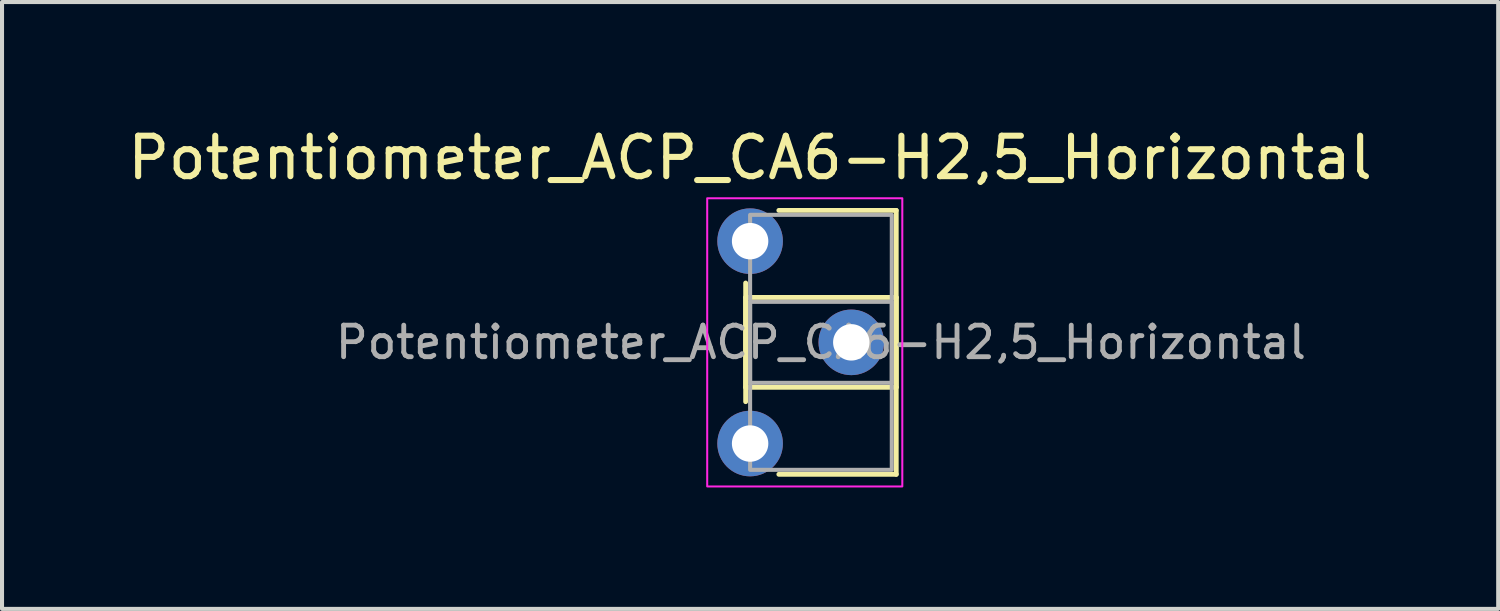
<source format=kicad_pcb>
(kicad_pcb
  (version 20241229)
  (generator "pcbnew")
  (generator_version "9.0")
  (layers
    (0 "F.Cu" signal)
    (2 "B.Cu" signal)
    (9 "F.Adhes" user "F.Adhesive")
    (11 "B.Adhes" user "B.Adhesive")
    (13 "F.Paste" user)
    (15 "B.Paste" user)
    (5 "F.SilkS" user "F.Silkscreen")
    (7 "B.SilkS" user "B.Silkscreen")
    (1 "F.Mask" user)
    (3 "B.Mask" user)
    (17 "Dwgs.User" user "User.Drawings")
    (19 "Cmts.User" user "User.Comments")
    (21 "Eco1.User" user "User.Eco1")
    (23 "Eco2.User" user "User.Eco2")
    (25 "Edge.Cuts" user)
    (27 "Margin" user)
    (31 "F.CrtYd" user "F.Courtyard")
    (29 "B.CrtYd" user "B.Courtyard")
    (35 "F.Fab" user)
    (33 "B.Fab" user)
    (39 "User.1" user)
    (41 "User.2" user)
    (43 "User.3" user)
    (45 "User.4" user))
  (footprint "Potentiometer_ACP_CA6-H2,5_Horizontal"
    (layer "F.Cu")
    (at 15.482 2.908)
    (property "Reference" "Potentiometer_ACP_CA6-H2,5_Horizontal" (at 0 -2.06 0) (layer "F.SilkS") (effects (font (size 1 1) (thickness 0.15))))
    (attr through_hole)
    (fp_line (start -0.11 1.39) (end 3.61 1.39) (stroke (width 0.12) (type solid)) (layer "F.SilkS"))
    (fp_line (start -0.11 3.61) (end -0.11 1.39) (stroke (width 0.12) (type solid)) (layer "F.SilkS"))
    (fp_line (start -0.11 3.966) (end -0.11 1.034) (stroke (width 0.12) (type solid)) (layer "F.SilkS"))
    (fp_line (start 0.71 -0.76) (end 3.61 -0.76) (stroke (width 0.12) (type solid)) (layer "F.SilkS"))
    (fp_line (start 3.61 -0.76) (end 3.61 5.76) (stroke (width 0.12) (type solid)) (layer "F.SilkS"))
    (fp_line (start 3.61 1.39) (end 3.61 3.61) (stroke (width 0.12) (type solid)) (layer "F.SilkS"))
    (fp_line (start 3.61 3.61) (end -0.11 3.61) (stroke (width 0.12) (type solid)) (layer "F.SilkS"))
    (fp_line (start 3.61 5.76) (end 0.71 5.76) (stroke (width 0.12) (type solid)) (layer "F.SilkS"))
    (fp_rect (start -1.06 -1.06) (end 3.76 6.06) (stroke (width 0.05) (type solid)) (fill no) (layer "F.CrtYd"))
    (fp_rect (start 0 -0.65) (end 3.5 5.65) (stroke (width 0.1) (type solid)) (fill no) (layer "F.Fab"))
    (fp_rect (start 0 1.5) (end 3.5 3.5) (stroke (width 0.1) (type solid)) (fill no) (layer "F.Fab"))
    (fp_text user "${REFERENCE}" (at 1.75 2.5 0) (layer "F.Fab") (effects (font (size 0.78 0.78) (thickness 0.12))))
    (pad "1" thru_hole circle (at 0 0) (size 1.62 1.62) (drill 0.9) (layers "*.Cu" "*.Mask"))
    (pad "2" thru_hole circle (at 2.5 2.5) (size 1.62 1.62) (drill 0.9) (layers "*.Cu" "*.Mask"))
    (pad "3" thru_hole circle (at 0 5) (size 1.62 1.62) (drill 0.9) (layers "*.Cu" "*.Mask")))
  (gr_rect
    (start -3 -3)
    (end 33.964 11.993)
    (stroke (width 0.1) (type default))
    (fill no)
    (layer "Edge.Cuts")))
</source>
